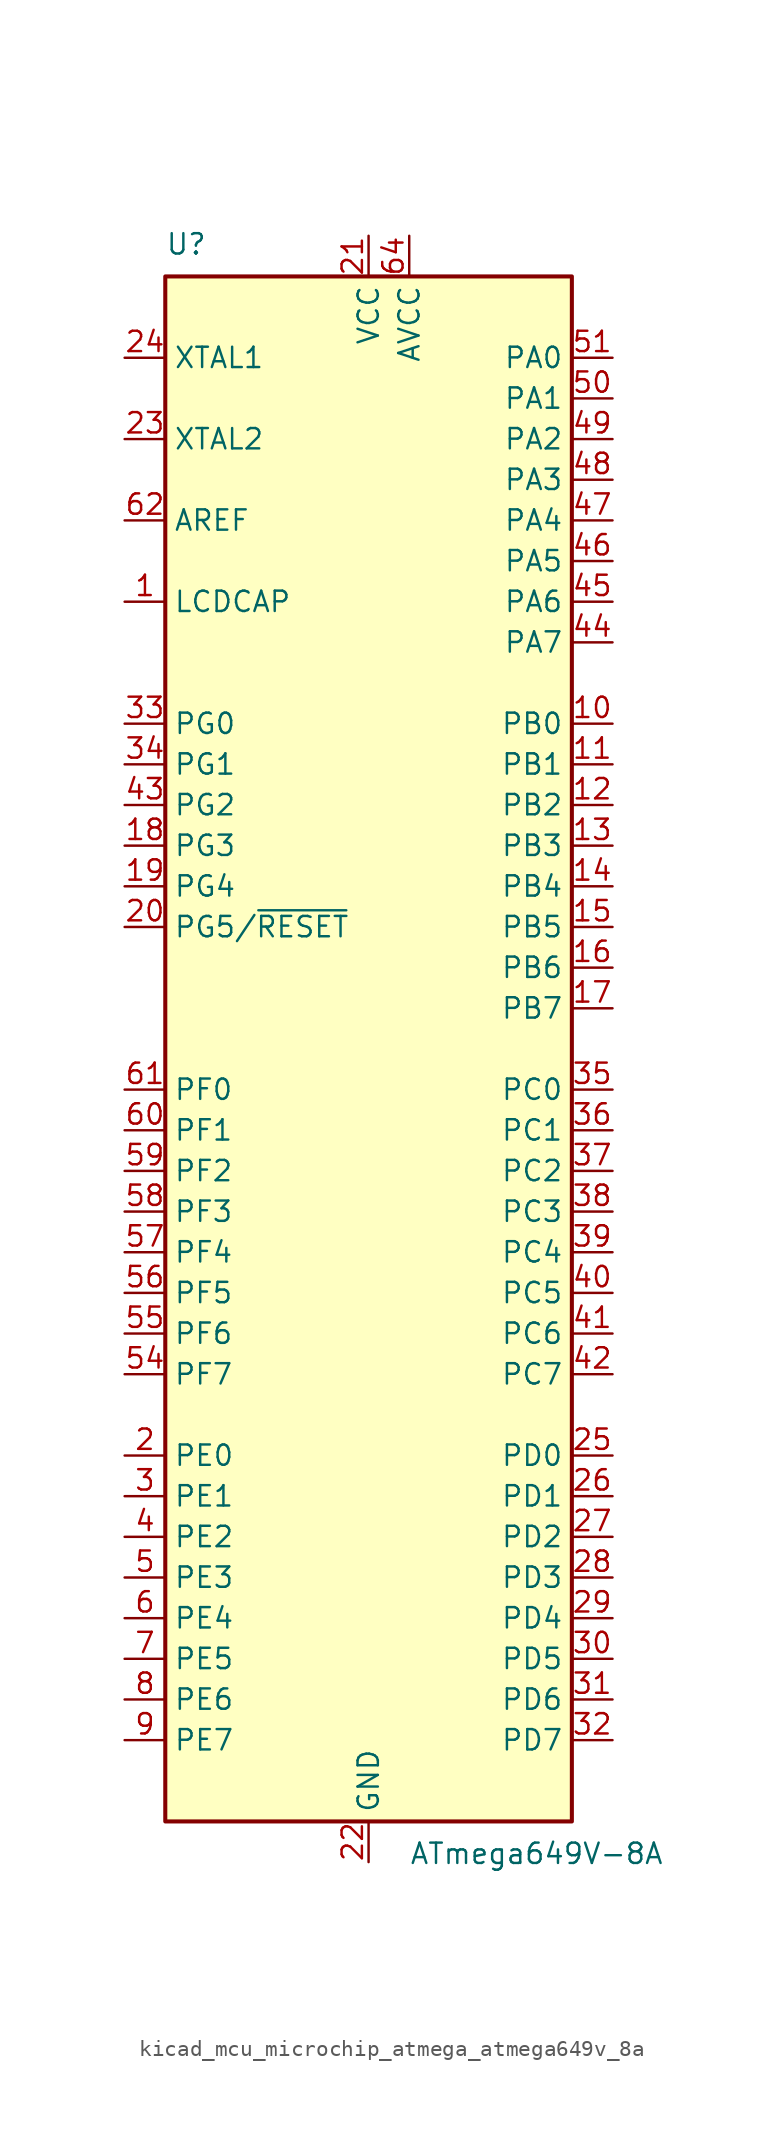
<source format=kicad_sym>
(kicad_symbol_lib
  (version 20220914)
  (generator kicad_symbol_editor)
  (symbol "kicad_mcu_microchip_atmega_atmega649v_8a"
    (property "Reference" "U"
      (at -12.7 49.53 0)
      (effects (font (size 1.27 1.27)) (justify left bottom)))
    (property "Value" "ATmega649V-8A"
      (at 2.54 -49.53 0)
      (effects (font (size 1.27 1.27)) (justify left top)))
    (symbol "kicad_mcu_microchip_atmega_atmega649v_8a_0_1"
      (rectangle (start -12.7 -48.26) (end 12.7 48.26) (stroke (width 0.254) (type default)) (fill (type background))))
    (symbol "kicad_mcu_microchip_atmega_atmega649v_8a_1_1"
      (pin passive line (at -15.24 27.94 0) (length 2.54) (name "LCDCAP" (effects (font (size 1.27 1.27)))) (number "1" (effects (font (size 1.27 1.27)))))
      (pin bidirectional line (at 15.24 20.32 180) (length 2.54) (name "PB0" (effects (font (size 1.27 1.27)))) (number "10" (effects (font (size 1.27 1.27)))))
      (pin bidirectional line (at 15.24 17.78 180) (length 2.54) (name "PB1" (effects (font (size 1.27 1.27)))) (number "11" (effects (font (size 1.27 1.27)))))
      (pin bidirectional line (at 15.24 15.24 180) (length 2.54) (name "PB2" (effects (font (size 1.27 1.27)))) (number "12" (effects (font (size 1.27 1.27)))))
      (pin bidirectional line (at 15.24 12.7 180) (length 2.54) (name "PB3" (effects (font (size 1.27 1.27)))) (number "13" (effects (font (size 1.27 1.27)))))
      (pin bidirectional line (at 15.24 10.16 180) (length 2.54) (name "PB4" (effects (font (size 1.27 1.27)))) (number "14" (effects (font (size 1.27 1.27)))))
      (pin bidirectional line (at 15.24 7.62 180) (length 2.54) (name "PB5" (effects (font (size 1.27 1.27)))) (number "15" (effects (font (size 1.27 1.27)))))
      (pin bidirectional line (at 15.24 5.08 180) (length 2.54) (name "PB6" (effects (font (size 1.27 1.27)))) (number "16" (effects (font (size 1.27 1.27)))))
      (pin bidirectional line (at 15.24 2.54 180) (length 2.54) (name "PB7" (effects (font (size 1.27 1.27)))) (number "17" (effects (font (size 1.27 1.27)))))
      (pin bidirectional line (at -15.24 12.7 0) (length 2.54) (name "PG3" (effects (font (size 1.27 1.27)))) (number "18" (effects (font (size 1.27 1.27)))))
      (pin bidirectional line (at -15.24 10.16 0) (length 2.54) (name "PG4" (effects (font (size 1.27 1.27)))) (number "19" (effects (font (size 1.27 1.27)))))
      (pin bidirectional line (at -15.24 -25.4 0) (length 2.54) (name "PE0" (effects (font (size 1.27 1.27)))) (number "2" (effects (font (size 1.27 1.27)))))
      (pin bidirectional line (at -15.24 7.62 0) (length 2.54) (name "PG5/~{RESET}" (effects (font (size 1.27 1.27)))) (number "20" (effects (font (size 1.27 1.27)))))
      (pin power_in line (at 0 50.8 270) (length 2.54) (name "VCC" (effects (font (size 1.27 1.27)))) (number "21" (effects (font (size 1.27 1.27)))))
      (pin power_in line (at 0 -50.8 90) (length 2.54) (name "GND" (effects (font (size 1.27 1.27)))) (number "22" (effects (font (size 1.27 1.27)))))
      (pin output line (at -15.24 38.1 0) (length 2.54) (name "XTAL2" (effects (font (size 1.27 1.27)))) (number "23" (effects (font (size 1.27 1.27)))))
      (pin input line (at -15.24 43.18 0) (length 2.54) (name "XTAL1" (effects (font (size 1.27 1.27)))) (number "24" (effects (font (size 1.27 1.27)))))
      (pin bidirectional line (at 15.24 -25.4 180) (length 2.54) (name "PD0" (effects (font (size 1.27 1.27)))) (number "25" (effects (font (size 1.27 1.27)))))
      (pin bidirectional line (at 15.24 -27.94 180) (length 2.54) (name "PD1" (effects (font (size 1.27 1.27)))) (number "26" (effects (font (size 1.27 1.27)))))
      (pin bidirectional line (at 15.24 -30.48 180) (length 2.54) (name "PD2" (effects (font (size 1.27 1.27)))) (number "27" (effects (font (size 1.27 1.27)))))
      (pin bidirectional line (at 15.24 -33.02 180) (length 2.54) (name "PD3" (effects (font (size 1.27 1.27)))) (number "28" (effects (font (size 1.27 1.27)))))
      (pin bidirectional line (at 15.24 -35.56 180) (length 2.54) (name "PD4" (effects (font (size 1.27 1.27)))) (number "29" (effects (font (size 1.27 1.27)))))
      (pin bidirectional line (at -15.24 -27.94 0) (length 2.54) (name "PE1" (effects (font (size 1.27 1.27)))) (number "3" (effects (font (size 1.27 1.27)))))
      (pin bidirectional line (at 15.24 -38.1 180) (length 2.54) (name "PD5" (effects (font (size 1.27 1.27)))) (number "30" (effects (font (size 1.27 1.27)))))
      (pin bidirectional line (at 15.24 -40.64 180) (length 2.54) (name "PD6" (effects (font (size 1.27 1.27)))) (number "31" (effects (font (size 1.27 1.27)))))
      (pin bidirectional line (at 15.24 -43.18 180) (length 2.54) (name "PD7" (effects (font (size 1.27 1.27)))) (number "32" (effects (font (size 1.27 1.27)))))
      (pin bidirectional line (at -15.24 20.32 0) (length 2.54) (name "PG0" (effects (font (size 1.27 1.27)))) (number "33" (effects (font (size 1.27 1.27)))))
      (pin bidirectional line (at -15.24 17.78 0) (length 2.54) (name "PG1" (effects (font (size 1.27 1.27)))) (number "34" (effects (font (size 1.27 1.27)))))
      (pin bidirectional line (at 15.24 -2.54 180) (length 2.54) (name "PC0" (effects (font (size 1.27 1.27)))) (number "35" (effects (font (size 1.27 1.27)))))
      (pin bidirectional line (at 15.24 -5.08 180) (length 2.54) (name "PC1" (effects (font (size 1.27 1.27)))) (number "36" (effects (font (size 1.27 1.27)))))
      (pin bidirectional line (at 15.24 -7.62 180) (length 2.54) (name "PC2" (effects (font (size 1.27 1.27)))) (number "37" (effects (font (size 1.27 1.27)))))
      (pin bidirectional line (at 15.24 -10.16 180) (length 2.54) (name "PC3" (effects (font (size 1.27 1.27)))) (number "38" (effects (font (size 1.27 1.27)))))
      (pin bidirectional line (at 15.24 -12.7 180) (length 2.54) (name "PC4" (effects (font (size 1.27 1.27)))) (number "39" (effects (font (size 1.27 1.27)))))
      (pin bidirectional line (at -15.24 -30.48 0) (length 2.54) (name "PE2" (effects (font (size 1.27 1.27)))) (number "4" (effects (font (size 1.27 1.27)))))
      (pin bidirectional line (at 15.24 -15.24 180) (length 2.54) (name "PC5" (effects (font (size 1.27 1.27)))) (number "40" (effects (font (size 1.27 1.27)))))
      (pin bidirectional line (at 15.24 -17.78 180) (length 2.54) (name "PC6" (effects (font (size 1.27 1.27)))) (number "41" (effects (font (size 1.27 1.27)))))
      (pin bidirectional line (at 15.24 -20.32 180) (length 2.54) (name "PC7" (effects (font (size 1.27 1.27)))) (number "42" (effects (font (size 1.27 1.27)))))
      (pin bidirectional line (at -15.24 15.24 0) (length 2.54) (name "PG2" (effects (font (size 1.27 1.27)))) (number "43" (effects (font (size 1.27 1.27)))))
      (pin bidirectional line (at 15.24 25.4 180) (length 2.54) (name "PA7" (effects (font (size 1.27 1.27)))) (number "44" (effects (font (size 1.27 1.27)))))
      (pin bidirectional line (at 15.24 27.94 180) (length 2.54) (name "PA6" (effects (font (size 1.27 1.27)))) (number "45" (effects (font (size 1.27 1.27)))))
      (pin bidirectional line (at 15.24 30.48 180) (length 2.54) (name "PA5" (effects (font (size 1.27 1.27)))) (number "46" (effects (font (size 1.27 1.27)))))
      (pin bidirectional line (at 15.24 33.02 180) (length 2.54) (name "PA4" (effects (font (size 1.27 1.27)))) (number "47" (effects (font (size 1.27 1.27)))))
      (pin bidirectional line (at 15.24 35.56 180) (length 2.54) (name "PA3" (effects (font (size 1.27 1.27)))) (number "48" (effects (font (size 1.27 1.27)))))
      (pin bidirectional line (at 15.24 38.1 180) (length 2.54) (name "PA2" (effects (font (size 1.27 1.27)))) (number "49" (effects (font (size 1.27 1.27)))))
      (pin bidirectional line (at -15.24 -33.02 0) (length 2.54) (name "PE3" (effects (font (size 1.27 1.27)))) (number "5" (effects (font (size 1.27 1.27)))))
      (pin bidirectional line (at 15.24 40.64 180) (length 2.54) (name "PA1" (effects (font (size 1.27 1.27)))) (number "50" (effects (font (size 1.27 1.27)))))
      (pin bidirectional line (at 15.24 43.18 180) (length 2.54) (name "PA0" (effects (font (size 1.27 1.27)))) (number "51" (effects (font (size 1.27 1.27)))))
      (pin passive line (at 0 50.8 270) (length 2.54) hide (name "VCC" (effects (font (size 1.27 1.27)))) (number "52" (effects (font (size 1.27 1.27)))))
      (pin passive line (at 0 -50.8 90) (length 2.54) hide (name "GND" (effects (font (size 1.27 1.27)))) (number "53" (effects (font (size 1.27 1.27)))))
      (pin bidirectional line (at -15.24 -20.32 0) (length 2.54) (name "PF7" (effects (font (size 1.27 1.27)))) (number "54" (effects (font (size 1.27 1.27)))))
      (pin bidirectional line (at -15.24 -17.78 0) (length 2.54) (name "PF6" (effects (font (size 1.27 1.27)))) (number "55" (effects (font (size 1.27 1.27)))))
      (pin bidirectional line (at -15.24 -15.24 0) (length 2.54) (name "PF5" (effects (font (size 1.27 1.27)))) (number "56" (effects (font (size 1.27 1.27)))))
      (pin bidirectional line (at -15.24 -12.7 0) (length 2.54) (name "PF4" (effects (font (size 1.27 1.27)))) (number "57" (effects (font (size 1.27 1.27)))))
      (pin bidirectional line (at -15.24 -10.16 0) (length 2.54) (name "PF3" (effects (font (size 1.27 1.27)))) (number "58" (effects (font (size 1.27 1.27)))))
      (pin bidirectional line (at -15.24 -7.62 0) (length 2.54) (name "PF2" (effects (font (size 1.27 1.27)))) (number "59" (effects (font (size 1.27 1.27)))))
      (pin bidirectional line (at -15.24 -35.56 0) (length 2.54) (name "PE4" (effects (font (size 1.27 1.27)))) (number "6" (effects (font (size 1.27 1.27)))))
      (pin bidirectional line (at -15.24 -5.08 0) (length 2.54) (name "PF1" (effects (font (size 1.27 1.27)))) (number "60" (effects (font (size 1.27 1.27)))))
      (pin bidirectional line (at -15.24 -2.54 0) (length 2.54) (name "PF0" (effects (font (size 1.27 1.27)))) (number "61" (effects (font (size 1.27 1.27)))))
      (pin passive line (at -15.24 33.02 0) (length 2.54) (name "AREF" (effects (font (size 1.27 1.27)))) (number "62" (effects (font (size 1.27 1.27)))))
      (pin passive line (at 0 -50.8 90) (length 2.54) hide (name "GND" (effects (font (size 1.27 1.27)))) (number "63" (effects (font (size 1.27 1.27)))))
      (pin power_in line (at 2.54 50.8 270) (length 2.54) (name "AVCC" (effects (font (size 1.27 1.27)))) (number "64" (effects (font (size 1.27 1.27)))))
      (pin bidirectional line (at -15.24 -38.1 0) (length 2.54) (name "PE5" (effects (font (size 1.27 1.27)))) (number "7" (effects (font (size 1.27 1.27)))))
      (pin bidirectional line (at -15.24 -40.64 0) (length 2.54) (name "PE6" (effects (font (size 1.27 1.27)))) (number "8" (effects (font (size 1.27 1.27)))))
      (pin bidirectional line (at -15.24 -43.18 0) (length 2.54) (name "PE7" (effects (font (size 1.27 1.27)))) (number "9" (effects (font (size 1.27 1.27))))))))
</source>
